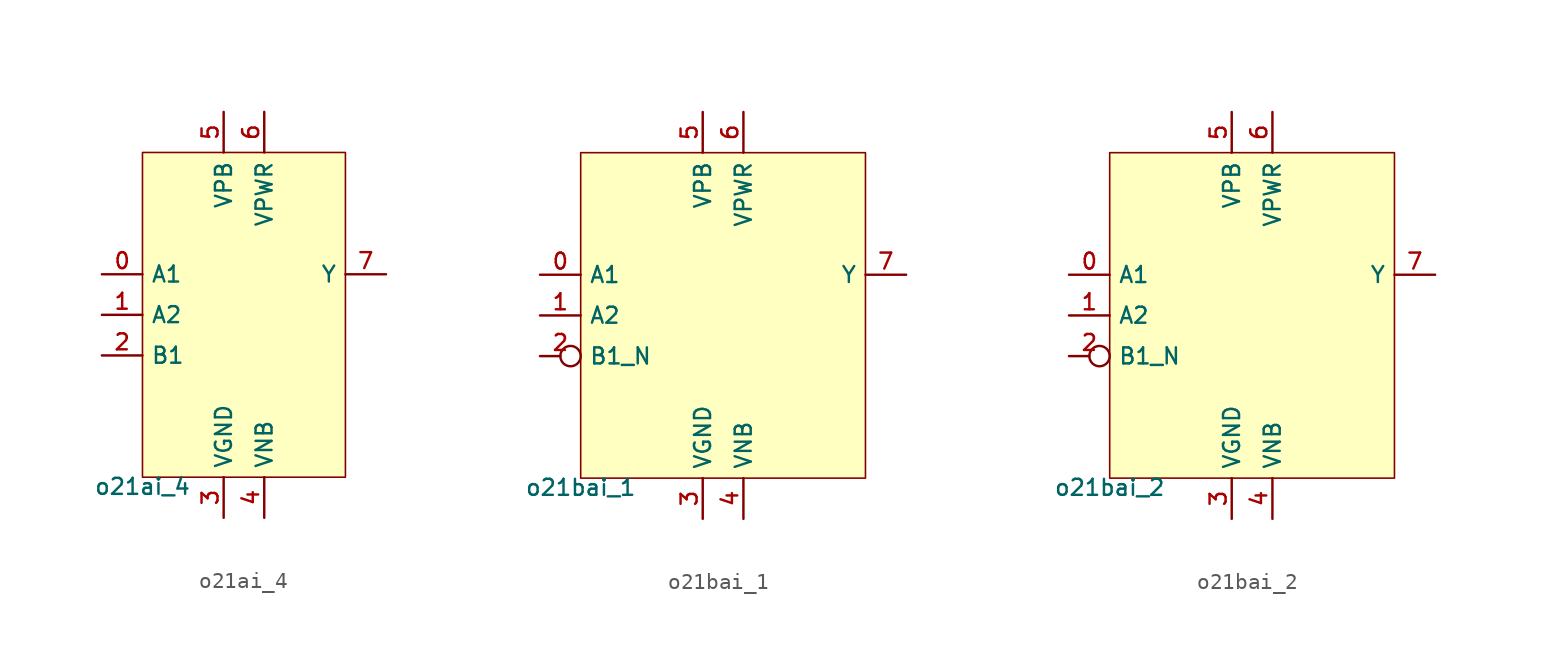
<source format=kicad_sym>
(kicad_symbol_lib
  (version 20211014)
  (generator lef2kicad_sym)
  (symbol "o21ai_4"
    (property "Reference" "CELL"
      (at 0 0 0)
      (effects (font (size 1 1)) hide))
    (property "Value" "o21ai_4"
      (at -6.35 -10.16 0)
      (effects (font (size 1 1)) (justify top)))
    (rectangle
      (start -6.35 -10.16)
      (end 6.35 10.16)
      (stroke (width 0.1) (type solid) (color 0 0 0 0))
      (fill (type background)))
    (pin input line
      (at -8.89 2.54 0)
      (length 2.54)
      (name "A1" (effects (font (size 1 1)) hide))
      (number "0" (effects (font (size 1 1)) hide)))
    (pin input line
      (at -8.89 0.0 0)
      (length 2.54)
      (name "A2" (effects (font (size 1 1)) hide))
      (number "1" (effects (font (size 1 1)) hide)))
    (pin input line
      (at -8.89 -2.54 0)
      (length 2.54)
      (name "B1" (effects (font (size 1 1)) hide))
      (number "2" (effects (font (size 1 1)) hide)))
    (pin power_in line
      (at -1.27 -12.7 90)
      (length 2.54)
      (name "VGND" (effects (font (size 1 1)) hide))
      (number "3" (effects (font (size 1 1)) hide)))
    (pin power_in line
      (at 1.27 -12.7 90)
      (length 2.54)
      (name "VNB" (effects (font (size 1 1)) hide))
      (number "4" (effects (font (size 1 1)) hide)))
    (pin power_in line
      (at -1.27 12.7 270)
      (length 2.54)
      (name "VPB" (effects (font (size 1 1)) hide))
      (number "5" (effects (font (size 1 1)) hide)))
    (pin power_in line
      (at 1.27 12.7 270)
      (length 2.54)
      (name "VPWR" (effects (font (size 1 1)) hide))
      (number "6" (effects (font (size 1 1)) hide)))
    (pin output line
      (at 8.89 2.54 180)
      (length 2.54)
      (name "Y" (effects (font (size 1 1)) hide))
      (number "7" (effects (font (size 1 1)) hide))))
  (symbol "o21bai_1"
    (property "Reference" "CELL"
      (at 0 0 0)
      (effects (font (size 1 1)) hide))
    (property "Value" "o21bai_1"
      (at -8.89 -10.16 0)
      (effects (font (size 1 1)) (justify top)))
    (rectangle
      (start -8.89 -10.16)
      (end 8.89 10.16)
      (stroke (width 0.1) (type solid) (color 0 0 0 0))
      (fill (type background)))
    (pin input line
      (at -11.43 2.54 0)
      (length 2.54)
      (name "A1" (effects (font (size 1 1)) hide))
      (number "0" (effects (font (size 1 1)) hide)))
    (pin input line
      (at -11.43 0.0 0)
      (length 2.54)
      (name "A2" (effects (font (size 1 1)) hide))
      (number "1" (effects (font (size 1 1)) hide)))
    (pin input inverted
      (at -11.43 -2.54 0)
      (length 2.54)
      (name "B1_N" (effects (font (size 1 1)) hide))
      (number "2" (effects (font (size 1 1)) hide)))
    (pin power_in line
      (at -1.27 -12.7 90)
      (length 2.54)
      (name "VGND" (effects (font (size 1 1)) hide))
      (number "3" (effects (font (size 1 1)) hide)))
    (pin power_in line
      (at 1.27 -12.7 90)
      (length 2.54)
      (name "VNB" (effects (font (size 1 1)) hide))
      (number "4" (effects (font (size 1 1)) hide)))
    (pin power_in line
      (at -1.27 12.7 270)
      (length 2.54)
      (name "VPB" (effects (font (size 1 1)) hide))
      (number "5" (effects (font (size 1 1)) hide)))
    (pin power_in line
      (at 1.27 12.7 270)
      (length 2.54)
      (name "VPWR" (effects (font (size 1 1)) hide))
      (number "6" (effects (font (size 1 1)) hide)))
    (pin output line
      (at 11.43 2.54 180)
      (length 2.54)
      (name "Y" (effects (font (size 1 1)) hide))
      (number "7" (effects (font (size 1 1)) hide))))
  (symbol "o21bai_2"
    (property "Reference" "CELL"
      (at 0 0 0)
      (effects (font (size 1 1)) hide))
    (property "Value" "o21bai_2"
      (at -8.89 -10.16 0)
      (effects (font (size 1 1)) (justify top)))
    (rectangle
      (start -8.89 -10.16)
      (end 8.89 10.16)
      (stroke (width 0.1) (type solid) (color 0 0 0 0))
      (fill (type background)))
    (pin input line
      (at -11.43 2.54 0)
      (length 2.54)
      (name "A1" (effects (font (size 1 1)) hide))
      (number "0" (effects (font (size 1 1)) hide)))
    (pin input line
      (at -11.43 0.0 0)
      (length 2.54)
      (name "A2" (effects (font (size 1 1)) hide))
      (number "1" (effects (font (size 1 1)) hide)))
    (pin input inverted
      (at -11.43 -2.54 0)
      (length 2.54)
      (name "B1_N" (effects (font (size 1 1)) hide))
      (number "2" (effects (font (size 1 1)) hide)))
    (pin power_in line
      (at -1.27 -12.7 90)
      (length 2.54)
      (name "VGND" (effects (font (size 1 1)) hide))
      (number "3" (effects (font (size 1 1)) hide)))
    (pin power_in line
      (at 1.27 -12.7 90)
      (length 2.54)
      (name "VNB" (effects (font (size 1 1)) hide))
      (number "4" (effects (font (size 1 1)) hide)))
    (pin power_in line
      (at -1.27 12.7 270)
      (length 2.54)
      (name "VPB" (effects (font (size 1 1)) hide))
      (number "5" (effects (font (size 1 1)) hide)))
    (pin power_in line
      (at 1.27 12.7 270)
      (length 2.54)
      (name "VPWR" (effects (font (size 1 1)) hide))
      (number "6" (effects (font (size 1 1)) hide)))
    (pin output line
      (at 11.43 2.54 180)
      (length 2.54)
      (name "Y" (effects (font (size 1 1)) hide))
      (number "7" (effects (font (size 1 1)) hide)))))
</source>
